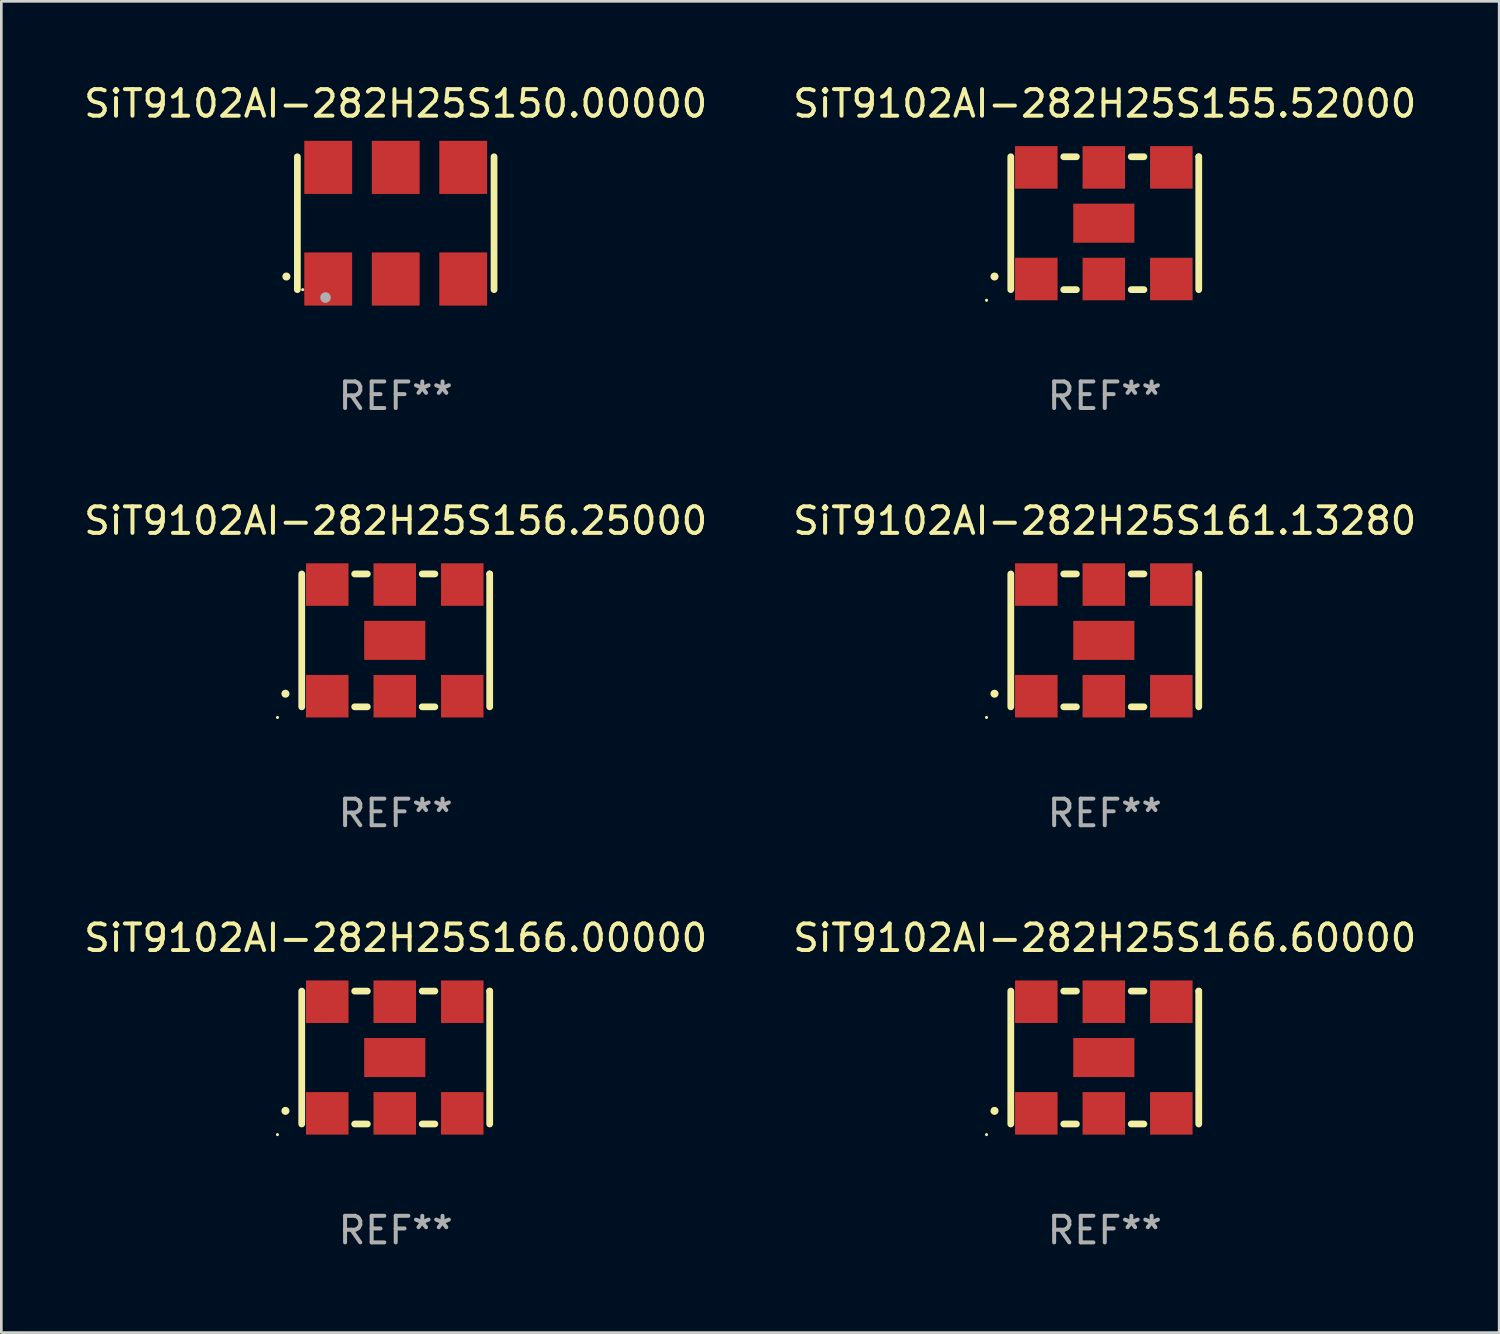
<source format=kicad_pcb>
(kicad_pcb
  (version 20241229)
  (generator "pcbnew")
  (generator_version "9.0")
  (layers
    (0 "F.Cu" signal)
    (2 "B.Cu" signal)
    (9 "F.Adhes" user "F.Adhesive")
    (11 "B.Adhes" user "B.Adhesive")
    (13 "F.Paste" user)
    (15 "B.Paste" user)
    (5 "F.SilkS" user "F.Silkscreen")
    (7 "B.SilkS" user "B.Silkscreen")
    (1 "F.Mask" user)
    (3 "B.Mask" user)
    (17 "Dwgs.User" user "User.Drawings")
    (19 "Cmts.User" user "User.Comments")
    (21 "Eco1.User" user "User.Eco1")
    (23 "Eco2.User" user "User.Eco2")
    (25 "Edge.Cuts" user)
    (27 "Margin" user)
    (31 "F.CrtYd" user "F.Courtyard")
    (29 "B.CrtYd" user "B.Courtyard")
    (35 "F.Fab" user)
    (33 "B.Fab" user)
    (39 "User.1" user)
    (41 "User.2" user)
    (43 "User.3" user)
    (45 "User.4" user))
  (footprint "SiT9102AI-282H25S166.60000"
    (layer "F.Cu")
    (at 38.518 36.741)
    (property "Reference" "SiT9102AI-282H25S166.60000" (at 0 -4.5 0) (layer "F.SilkS") (effects (font (size 1 1) (thickness 0.15))))
    (attr through_hole)
    (fp_line (start -3.536 -2.5) (end -3.536 2.5) (stroke (width 0.254) (type solid)) (layer "F.SilkS"))
    (fp_line (start -1.544 2.5) (end -1.067 2.5) (stroke (width 0.254) (type solid)) (layer "F.SilkS"))
    (fp_line (start -1.067 -2.5) (end -1.544 -2.5) (stroke (width 0.254) (type solid)) (layer "F.SilkS"))
    (fp_line (start 0.996 2.5) (end 1.473 2.5) (stroke (width 0.254) (type solid)) (layer "F.SilkS"))
    (fp_line (start 1.473 -2.5) (end 0.996 -2.5) (stroke (width 0.254) (type solid)) (layer "F.SilkS"))
    (fp_line (start 3.536 -2.5) (end 3.536 -2.5) (stroke (width 0.254) (type solid)) (layer "F.SilkS"))
    (fp_line (start 3.536 2.5) (end 3.536 -2.5) (stroke (width 0.254) (type solid)) (layer "F.SilkS"))
    (fp_arc (start -4.150432 2.006604) (mid -4.149162 2.006599) (end -4.147892 2.006604) (stroke (width 0.3) (type solid)) (layer "F.SilkS"))
    (fp_circle (center -4.449 2.9) (end -4.419 2.9) (stroke (width 0.06) (type solid)) (fill no) (layer "F.SilkS"))
    (fp_text user "REF**" (at 0 6.5 0) (layer "F.Fab") (effects (font (size 1 1) (thickness 0.15))))
    (pad "1" smd rect (at -2.576 2.1) (size 1.6 1.6) (layers "F.Cu" "F.Mask" "F.Paste"))
    (pad "2" smd rect (at -0.036 2.1) (size 1.6 1.6) (layers "F.Cu" "F.Mask" "F.Paste"))
    (pad "3" smd rect (at 2.504 2.1) (size 1.6 1.6) (layers "F.Cu" "F.Mask" "F.Paste"))
    (pad "4" smd rect (at 2.504 -2.1) (size 1.6 1.6) (layers "F.Cu" "F.Mask" "F.Paste"))
    (pad "5" smd rect (at -0.036 -2.1) (size 1.6 1.6) (layers "F.Cu" "F.Mask" "F.Paste"))
    (pad "6" smd rect (at -2.576 -2.1) (size 1.6 1.6) (layers "F.Cu" "F.Mask" "F.Paste"))
    (pad "7" smd rect (at -0.036 0) (size 2.3 1.47) (layers "F.Cu" "F.Mask" "F.Paste")))
  (footprint "SiT9102AI-282H25S166.00000"
    (layer "F.Cu")
    (at 11.839 36.741)
    (property "Reference" "SiT9102AI-282H25S166.00000" (at 0 -4.5 0) (layer "F.SilkS") (effects (font (size 1 1) (thickness 0.15))))
    (attr through_hole)
    (fp_line (start -3.536 -2.5) (end -3.536 2.5) (stroke (width 0.254) (type solid)) (layer "F.SilkS"))
    (fp_line (start -1.544 2.5) (end -1.067 2.5) (stroke (width 0.254) (type solid)) (layer "F.SilkS"))
    (fp_line (start -1.067 -2.5) (end -1.544 -2.5) (stroke (width 0.254) (type solid)) (layer "F.SilkS"))
    (fp_line (start 0.996 2.5) (end 1.473 2.5) (stroke (width 0.254) (type solid)) (layer "F.SilkS"))
    (fp_line (start 1.473 -2.5) (end 0.996 -2.5) (stroke (width 0.254) (type solid)) (layer "F.SilkS"))
    (fp_line (start 3.536 -2.5) (end 3.536 -2.5) (stroke (width 0.254) (type solid)) (layer "F.SilkS"))
    (fp_line (start 3.536 2.5) (end 3.536 -2.5) (stroke (width 0.254) (type solid)) (layer "F.SilkS"))
    (fp_arc (start -4.150432 2.006604) (mid -4.149162 2.006599) (end -4.147892 2.006604) (stroke (width 0.3) (type solid)) (layer "F.SilkS"))
    (fp_circle (center -4.449 2.9) (end -4.419 2.9) (stroke (width 0.06) (type solid)) (fill no) (layer "F.SilkS"))
    (fp_text user "REF**" (at 0 6.5 0) (layer "F.Fab") (effects (font (size 1 1) (thickness 0.15))))
    (pad "1" smd rect (at -2.576 2.1) (size 1.6 1.6) (layers "F.Cu" "F.Mask" "F.Paste"))
    (pad "2" smd rect (at -0.036 2.1) (size 1.6 1.6) (layers "F.Cu" "F.Mask" "F.Paste"))
    (pad "3" smd rect (at 2.504 2.1) (size 1.6 1.6) (layers "F.Cu" "F.Mask" "F.Paste"))
    (pad "4" smd rect (at 2.504 -2.1) (size 1.6 1.6) (layers "F.Cu" "F.Mask" "F.Paste"))
    (pad "5" smd rect (at -0.036 -2.1) (size 1.6 1.6) (layers "F.Cu" "F.Mask" "F.Paste"))
    (pad "6" smd rect (at -2.576 -2.1) (size 1.6 1.6) (layers "F.Cu" "F.Mask" "F.Paste"))
    (pad "7" smd rect (at -0.036 0) (size 2.3 1.47) (layers "F.Cu" "F.Mask" "F.Paste")))
  (footprint "SiT9102AI-282H25S161.13280"
    (layer "F.Cu")
    (at 38.518 21.045)
    (property "Reference" "SiT9102AI-282H25S161.13280" (at 0 -4.5 0) (layer "F.SilkS") (effects (font (size 1 1) (thickness 0.15))))
    (attr through_hole)
    (fp_line (start -3.536 -2.5) (end -3.536 2.5) (stroke (width 0.254) (type solid)) (layer "F.SilkS"))
    (fp_line (start -1.544 2.5) (end -1.067 2.5) (stroke (width 0.254) (type solid)) (layer "F.SilkS"))
    (fp_line (start -1.067 -2.5) (end -1.544 -2.5) (stroke (width 0.254) (type solid)) (layer "F.SilkS"))
    (fp_line (start 0.996 2.5) (end 1.473 2.5) (stroke (width 0.254) (type solid)) (layer "F.SilkS"))
    (fp_line (start 1.473 -2.5) (end 0.996 -2.5) (stroke (width 0.254) (type solid)) (layer "F.SilkS"))
    (fp_line (start 3.536 -2.5) (end 3.536 -2.5) (stroke (width 0.254) (type solid)) (layer "F.SilkS"))
    (fp_line (start 3.536 2.5) (end 3.536 -2.5) (stroke (width 0.254) (type solid)) (layer "F.SilkS"))
    (fp_arc (start -4.150432 2.006604) (mid -4.149162 2.006599) (end -4.147892 2.006604) (stroke (width 0.3) (type solid)) (layer "F.SilkS"))
    (fp_circle (center -4.449 2.9) (end -4.419 2.9) (stroke (width 0.06) (type solid)) (fill no) (layer "F.SilkS"))
    (fp_text user "REF**" (at 0 6.5 0) (layer "F.Fab") (effects (font (size 1 1) (thickness 0.15))))
    (pad "1" smd rect (at -2.576 2.1) (size 1.6 1.6) (layers "F.Cu" "F.Mask" "F.Paste"))
    (pad "2" smd rect (at -0.036 2.1) (size 1.6 1.6) (layers "F.Cu" "F.Mask" "F.Paste"))
    (pad "3" smd rect (at 2.504 2.1) (size 1.6 1.6) (layers "F.Cu" "F.Mask" "F.Paste"))
    (pad "4" smd rect (at 2.504 -2.1) (size 1.6 1.6) (layers "F.Cu" "F.Mask" "F.Paste"))
    (pad "5" smd rect (at -0.036 -2.1) (size 1.6 1.6) (layers "F.Cu" "F.Mask" "F.Paste"))
    (pad "6" smd rect (at -2.576 -2.1) (size 1.6 1.6) (layers "F.Cu" "F.Mask" "F.Paste"))
    (pad "7" smd rect (at -0.036 0) (size 2.3 1.47) (layers "F.Cu" "F.Mask" "F.Paste")))
  (footprint "SiT9102AI-282H25S150.00000"
    (layer "F.Cu")
    (at 11.839 5.348)
    (property "Reference" "SiT9102AI-282H25S150.00000" (at 0 -4.5 0) (layer "F.SilkS") (effects (font (size 1 1) (thickness 0.15))))
    (attr through_hole)
    (fp_line (start -3.7 -2.5) (end -3.7 2.5) (stroke (width 0.254) (type solid)) (layer "F.SilkS"))
    (fp_line (start 3.7 -2.5) (end 3.7 2.5) (stroke (width 0.254) (type solid)) (layer "F.SilkS"))
    (fp_arc (start -4.114415 2.006604) (mid -4.113145 2.006599) (end -4.111875 2.006604) (stroke (width 0.3) (type solid)) (layer "F.SilkS"))
    (fp_circle (center -3.5 2.501) (end -3.47 2.501) (stroke (width 0.06) (type solid)) (fill no) (layer "F.SilkS"))
    (fp_circle (center -2.641 2.799) (end -2.541 2.799) (stroke (width 0.2) (type solid)) (fill no) (layer "F.Fab"))
    (fp_text user "REF**" (at 0 6.5 0) (layer "F.Fab") (effects (font (size 1 1) (thickness 0.15))))
    (pad "1" smd rect (at -2.54 2.1) (size 1.8 2) (layers "F.Cu" "F.Mask" "F.Paste"))
    (pad "2" smd rect (at 0.000394 2.1) (size 1.8 2) (layers "F.Cu" "F.Mask" "F.Paste"))
    (pad "3" smd rect (at 2.54 2.1) (size 1.8 2) (layers "F.Cu" "F.Mask" "F.Paste"))
    (pad "4" smd rect (at 2.54 -2.1) (size 1.8 2) (layers "F.Cu" "F.Mask" "F.Paste"))
    (pad "5" smd rect (at 0.000394 -2.1) (size 1.8 2) (layers "F.Cu" "F.Mask" "F.Paste"))
    (pad "6" smd rect (at -2.54 -2.1) (size 1.8 2) (layers "F.Cu" "F.Mask" "F.Paste")))
  (footprint "SiT9102AI-282H25S155.52000"
    (layer "F.Cu")
    (at 38.518 5.348)
    (property "Reference" "SiT9102AI-282H25S155.52000" (at 0 -4.5 0) (layer "F.SilkS") (effects (font (size 1 1) (thickness 0.15))))
    (attr through_hole)
    (fp_line (start -3.536 -2.5) (end -3.536 2.5) (stroke (width 0.254) (type solid)) (layer "F.SilkS"))
    (fp_line (start -1.544 2.5) (end -1.067 2.5) (stroke (width 0.254) (type solid)) (layer "F.SilkS"))
    (fp_line (start -1.067 -2.5) (end -1.544 -2.5) (stroke (width 0.254) (type solid)) (layer "F.SilkS"))
    (fp_line (start 0.996 2.5) (end 1.473 2.5) (stroke (width 0.254) (type solid)) (layer "F.SilkS"))
    (fp_line (start 1.473 -2.5) (end 0.996 -2.5) (stroke (width 0.254) (type solid)) (layer "F.SilkS"))
    (fp_line (start 3.536 -2.5) (end 3.536 -2.5) (stroke (width 0.254) (type solid)) (layer "F.SilkS"))
    (fp_line (start 3.536 2.5) (end 3.536 -2.5) (stroke (width 0.254) (type solid)) (layer "F.SilkS"))
    (fp_arc (start -4.150432 2.006604) (mid -4.149162 2.006599) (end -4.147892 2.006604) (stroke (width 0.3) (type solid)) (layer "F.SilkS"))
    (fp_circle (center -4.449 2.9) (end -4.419 2.9) (stroke (width 0.06) (type solid)) (fill no) (layer "F.SilkS"))
    (fp_text user "REF**" (at 0 6.5 0) (layer "F.Fab") (effects (font (size 1 1) (thickness 0.15))))
    (pad "1" smd rect (at -2.576 2.1) (size 1.6 1.6) (layers "F.Cu" "F.Mask" "F.Paste"))
    (pad "2" smd rect (at -0.036 2.1) (size 1.6 1.6) (layers "F.Cu" "F.Mask" "F.Paste"))
    (pad "3" smd rect (at 2.504 2.1) (size 1.6 1.6) (layers "F.Cu" "F.Mask" "F.Paste"))
    (pad "4" smd rect (at 2.504 -2.1) (size 1.6 1.6) (layers "F.Cu" "F.Mask" "F.Paste"))
    (pad "5" smd rect (at -0.036 -2.1) (size 1.6 1.6) (layers "F.Cu" "F.Mask" "F.Paste"))
    (pad "6" smd rect (at -2.576 -2.1) (size 1.6 1.6) (layers "F.Cu" "F.Mask" "F.Paste"))
    (pad "7" smd rect (at -0.036 0) (size 2.3 1.47) (layers "F.Cu" "F.Mask" "F.Paste")))
  (footprint "SiT9102AI-282H25S156.25000"
    (layer "F.Cu")
    (at 11.839 21.045)
    (property "Reference" "SiT9102AI-282H25S156.25000" (at 0 -4.5 0) (layer "F.SilkS") (effects (font (size 1 1) (thickness 0.15))))
    (attr through_hole)
    (fp_line (start -3.536 -2.5) (end -3.536 2.5) (stroke (width 0.254) (type solid)) (layer "F.SilkS"))
    (fp_line (start -1.544 2.5) (end -1.067 2.5) (stroke (width 0.254) (type solid)) (layer "F.SilkS"))
    (fp_line (start -1.067 -2.5) (end -1.544 -2.5) (stroke (width 0.254) (type solid)) (layer "F.SilkS"))
    (fp_line (start 0.996 2.5) (end 1.473 2.5) (stroke (width 0.254) (type solid)) (layer "F.SilkS"))
    (fp_line (start 1.473 -2.5) (end 0.996 -2.5) (stroke (width 0.254) (type solid)) (layer "F.SilkS"))
    (fp_line (start 3.536 -2.5) (end 3.536 -2.5) (stroke (width 0.254) (type solid)) (layer "F.SilkS"))
    (fp_line (start 3.536 2.5) (end 3.536 -2.5) (stroke (width 0.254) (type solid)) (layer "F.SilkS"))
    (fp_arc (start -4.150432 2.006604) (mid -4.149162 2.006599) (end -4.147892 2.006604) (stroke (width 0.3) (type solid)) (layer "F.SilkS"))
    (fp_circle (center -4.449 2.9) (end -4.419 2.9) (stroke (width 0.06) (type solid)) (fill no) (layer "F.SilkS"))
    (fp_text user "REF**" (at 0 6.5 0) (layer "F.Fab") (effects (font (size 1 1) (thickness 0.15))))
    (pad "1" smd rect (at -2.576 2.1) (size 1.6 1.6) (layers "F.Cu" "F.Mask" "F.Paste"))
    (pad "2" smd rect (at -0.036 2.1) (size 1.6 1.6) (layers "F.Cu" "F.Mask" "F.Paste"))
    (pad "3" smd rect (at 2.504 2.1) (size 1.6 1.6) (layers "F.Cu" "F.Mask" "F.Paste"))
    (pad "4" smd rect (at 2.504 -2.1) (size 1.6 1.6) (layers "F.Cu" "F.Mask" "F.Paste"))
    (pad "5" smd rect (at -0.036 -2.1) (size 1.6 1.6) (layers "F.Cu" "F.Mask" "F.Paste"))
    (pad "6" smd rect (at -2.576 -2.1) (size 1.6 1.6) (layers "F.Cu" "F.Mask" "F.Paste"))
    (pad "7" smd rect (at -0.036 0) (size 2.3 1.47) (layers "F.Cu" "F.Mask" "F.Paste")))
  (gr_rect
    (start -3 -3)
    (end 53.357 47.09)
    (stroke (width 0.1) (type default))
    (fill no)
    (layer "Edge.Cuts")))
</source>
